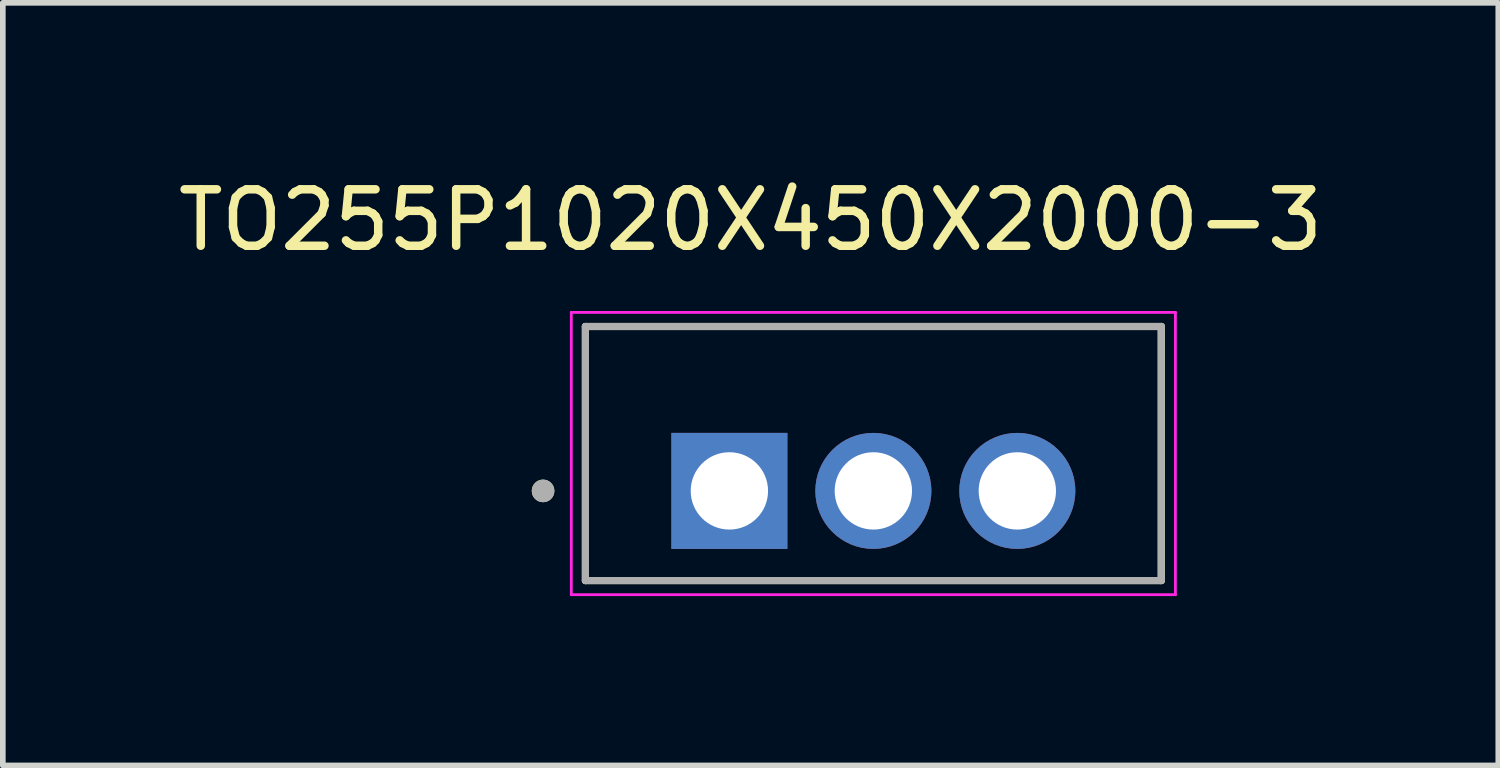
<source format=kicad_pcb>
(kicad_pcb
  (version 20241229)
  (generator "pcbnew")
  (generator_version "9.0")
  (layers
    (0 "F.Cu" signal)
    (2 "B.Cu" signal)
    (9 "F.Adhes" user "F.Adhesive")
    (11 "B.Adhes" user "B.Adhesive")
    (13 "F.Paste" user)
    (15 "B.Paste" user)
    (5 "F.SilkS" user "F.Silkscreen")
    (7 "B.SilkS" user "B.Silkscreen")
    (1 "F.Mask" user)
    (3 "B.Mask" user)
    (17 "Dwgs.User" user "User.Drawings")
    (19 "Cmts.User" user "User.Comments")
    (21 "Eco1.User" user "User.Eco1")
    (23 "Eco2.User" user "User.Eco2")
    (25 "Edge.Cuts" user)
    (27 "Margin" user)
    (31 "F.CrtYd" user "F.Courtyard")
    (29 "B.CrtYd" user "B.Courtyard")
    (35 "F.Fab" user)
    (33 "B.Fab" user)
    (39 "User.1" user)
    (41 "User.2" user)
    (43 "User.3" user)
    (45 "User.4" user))
  (footprint "TO255P1020X450X2000-3"
    (layer "F.Cu")
    (at 12.419 4.983)
    (property "Reference" "TO255P1020X450X2000-3" (at -2.175 -4.135 0) (layer "F.SilkS") (effects (font (size 1 1) (thickness 0.15))))
    (attr through_hole)
    (fp_line (start -5.1 -2.25) (end 5.1 -2.25) (stroke (width 0.127) (type solid)) (layer "F.SilkS"))
    (fp_line (start -5.1 2.25) (end -5.1 -2.25) (stroke (width 0.127) (type solid)) (layer "F.SilkS"))
    (fp_line (start 5.1 -2.25) (end 5.1 2.25) (stroke (width 0.127) (type solid)) (layer "F.SilkS"))
    (fp_line (start 5.1 2.25) (end -5.1 2.25) (stroke (width 0.127) (type solid)) (layer "F.SilkS"))
    (fp_circle (center -5.85 0.662) (end -5.75 0.662) (stroke (width 0.2) (type solid)) (fill no) (layer "F.SilkS"))
    (fp_line (start -5.35 -2.5) (end -5.35 2.5) (stroke (width 0.05) (type solid)) (layer "F.CrtYd"))
    (fp_line (start -5.35 2.5) (end 5.35 2.5) (stroke (width 0.05) (type solid)) (layer "F.CrtYd"))
    (fp_line (start 5.35 -2.5) (end -5.35 -2.5) (stroke (width 0.05) (type solid)) (layer "F.CrtYd"))
    (fp_line (start 5.35 2.5) (end 5.35 -2.5) (stroke (width 0.05) (type solid)) (layer "F.CrtYd"))
    (fp_line (start -5.1 -2.25) (end 5.1 -2.25) (stroke (width 0.127) (type solid)) (layer "F.Fab"))
    (fp_line (start -5.1 2.25) (end -5.1 -2.25) (stroke (width 0.127) (type solid)) (layer "F.Fab"))
    (fp_line (start 5.1 -2.25) (end 5.1 2.25) (stroke (width 0.127) (type solid)) (layer "F.Fab"))
    (fp_line (start 5.1 2.25) (end -5.1 2.25) (stroke (width 0.127) (type solid)) (layer "F.Fab"))
    (fp_circle (center -5.85 0.662) (end -5.75 0.662) (stroke (width 0.2) (type solid)) (fill no) (layer "F.Fab"))
    (pad "1" thru_hole rect (at -2.55 0.662) (size 2.055 2.055) (drill 1.37) (layers "*.Cu" "*.Mask"))
    (pad "2" thru_hole circle (at 0 0.662) (size 2.055 2.055) (drill 1.37) (layers "*.Cu" "*.Mask"))
    (pad "3" thru_hole circle (at 2.55 0.662) (size 2.055 2.055) (drill 1.37) (layers "*.Cu" "*.Mask")))
  (gr_rect
    (start -3 -3)
    (end 23.488 10.508)
    (stroke (width 0.1) (type default))
    (fill no)
    (layer "Edge.Cuts")))
</source>
